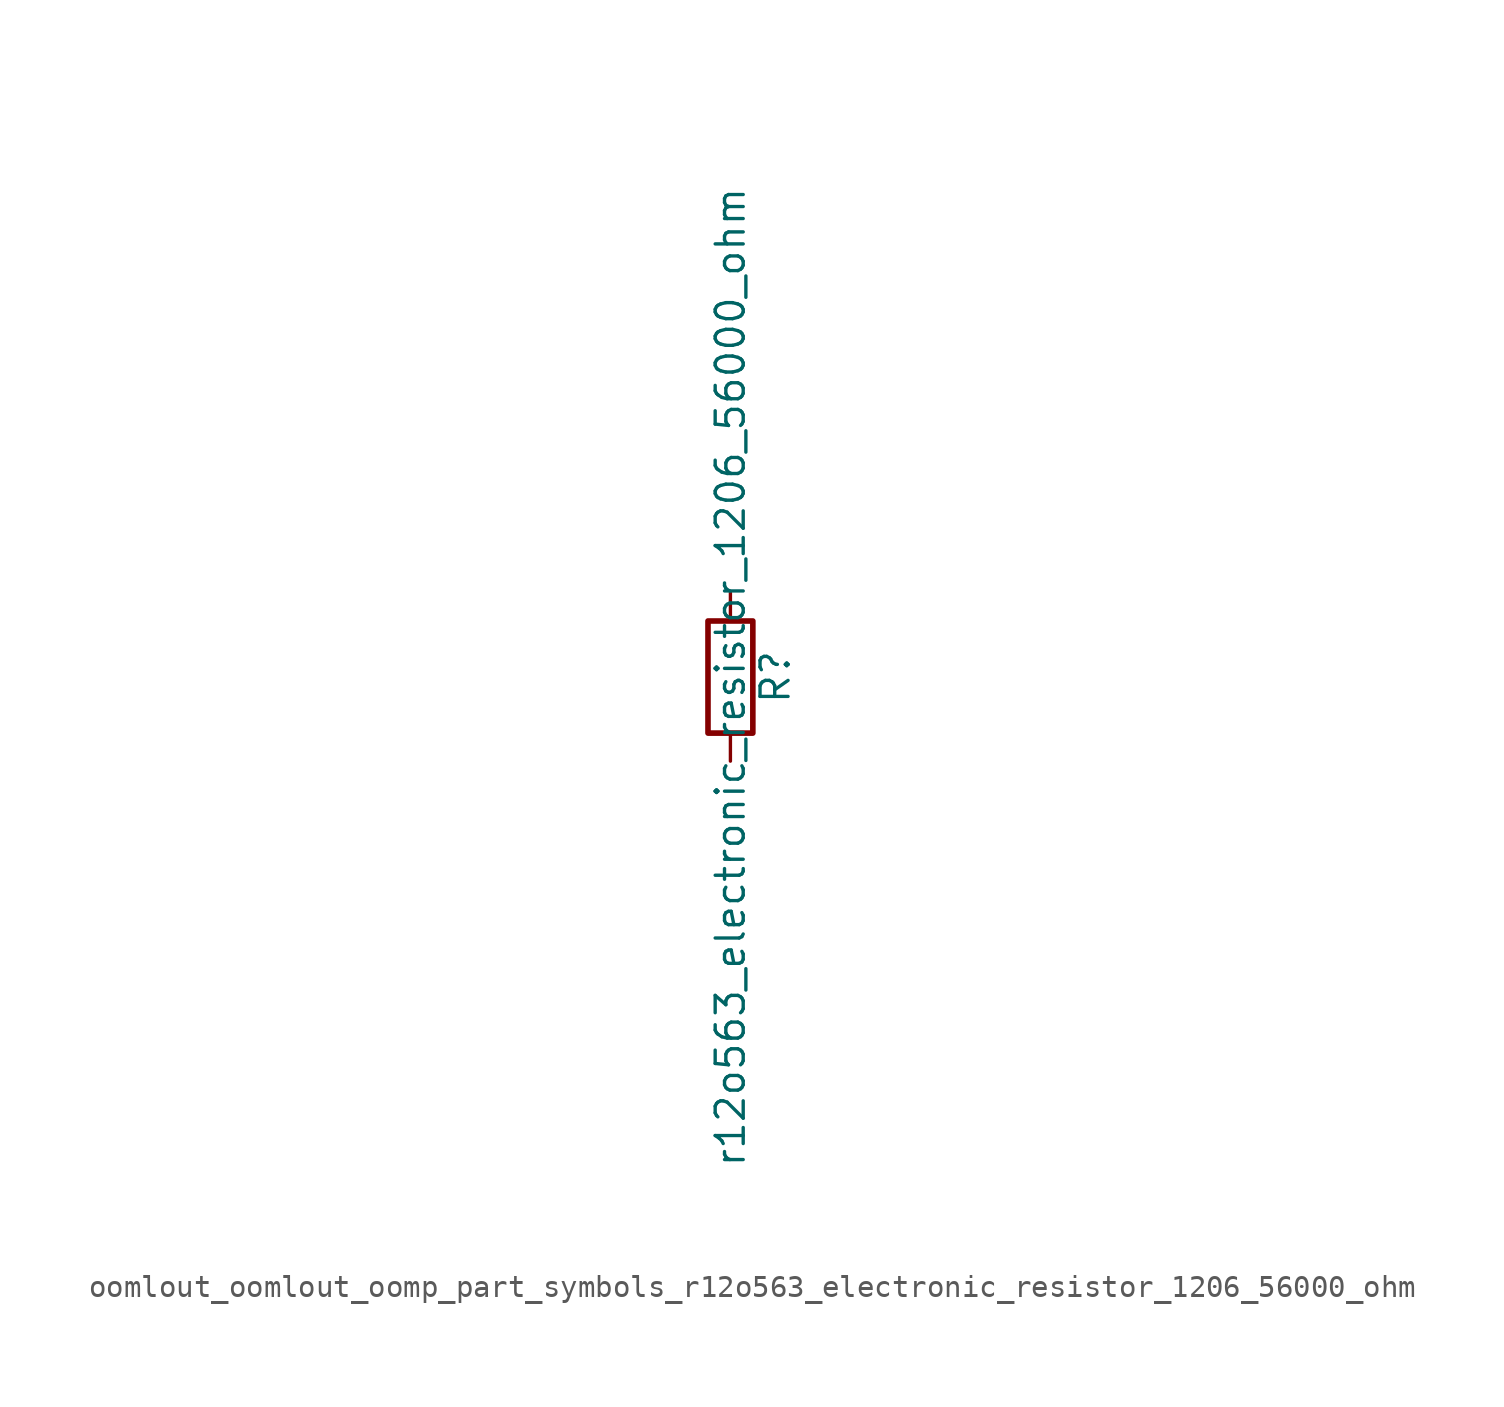
<source format=kicad_sym>
(kicad_symbol_lib
  (version 20220914)
  (generator kicad_symbol_editor)
  (symbol "oomlout_oomlout_oomp_part_symbols_r12o563_electronic_resistor_1206_56000_ohm"
    (pin_numbers hide)
    (pin_names
      (offset 0))
    (property "Reference" "R"
      (at 2.032 0 90)
      (effects (font (size 1.27 1.27))))
    (property "Value" "r12o563_electronic_resistor_1206_56000_ohm"
      (at 0 0 90)
      (effects (font (size 1.27 1.27))))
    (symbol "oomlout_oomlout_oomp_part_symbols_r12o563_electronic_resistor_1206_56000_ohm_0_1"
      (rectangle (start -1.016 -2.54) (end 1.016 2.54) (stroke (width 0.254) (type default)) (fill (type none))))
    (symbol "oomlout_oomlout_oomp_part_symbols_r12o563_electronic_resistor_1206_56000_ohm_1_1"
      (pin passive line (at 0 3.81 270) (length 1.27) (name "~" (effects (font (size 1.27 1.27)))) (number "1" (effects (font (size 1.27 1.27)))))
      (pin passive line (at 0 -3.81 90) (length 1.27) (name "~" (effects (font (size 1.27 1.27)))) (number "2" (effects (font (size 1.27 1.27))))))))
</source>
